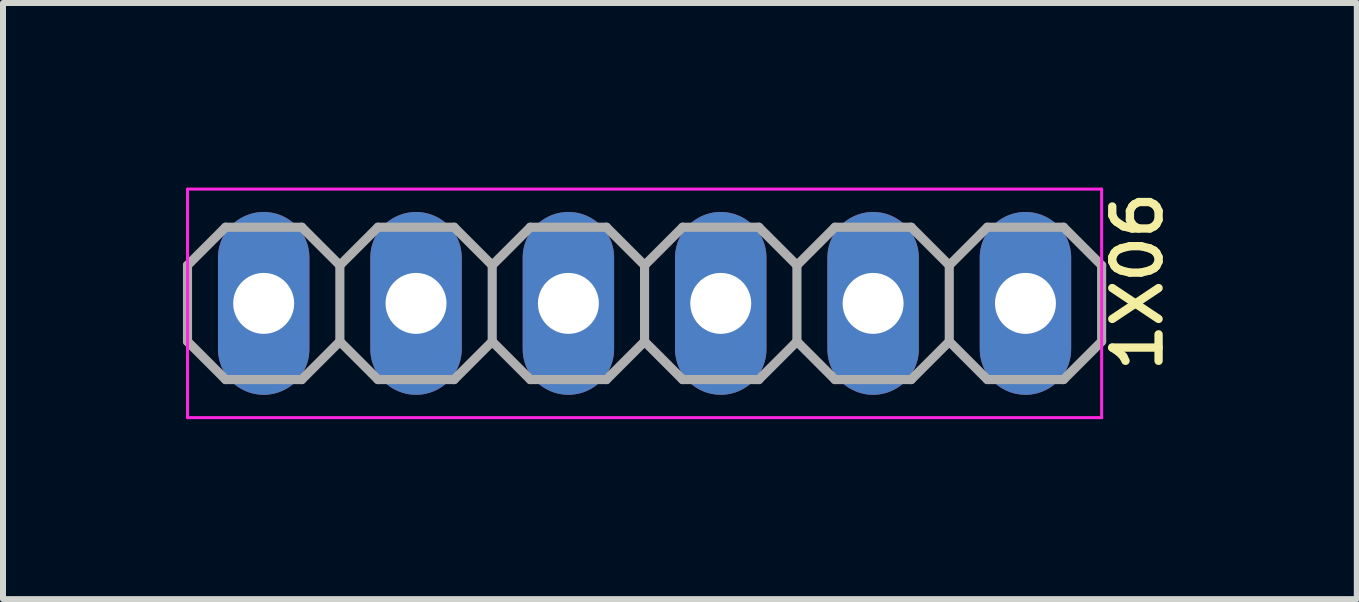
<source format=kicad_pcb>
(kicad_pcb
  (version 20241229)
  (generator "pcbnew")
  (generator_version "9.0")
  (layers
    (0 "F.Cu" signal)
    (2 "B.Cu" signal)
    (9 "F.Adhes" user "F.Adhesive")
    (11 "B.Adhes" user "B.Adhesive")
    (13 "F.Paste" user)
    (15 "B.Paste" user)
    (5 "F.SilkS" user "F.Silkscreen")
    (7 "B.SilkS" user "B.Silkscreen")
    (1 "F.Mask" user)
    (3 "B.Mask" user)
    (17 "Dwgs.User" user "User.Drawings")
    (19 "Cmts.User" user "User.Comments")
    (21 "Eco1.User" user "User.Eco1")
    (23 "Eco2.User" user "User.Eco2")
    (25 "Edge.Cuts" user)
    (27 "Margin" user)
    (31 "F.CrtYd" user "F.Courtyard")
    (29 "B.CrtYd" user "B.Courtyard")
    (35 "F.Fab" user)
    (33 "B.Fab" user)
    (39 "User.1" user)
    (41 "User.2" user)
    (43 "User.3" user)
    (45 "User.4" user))
  (footprint "1X06"
    (layer "F.Cu")
    (at 7.696 2.008)
    (property "Reference" "1X06" (at 8.671 1.196 270) (layer "F.SilkS") (effects (font (size 0.772 0.772) (thickness 0.139)) (justify left bottom)))
    (attr through_hole)
    (fp_line (start -7.62 -1.905) (end 7.62 -1.905) (stroke (width 0.05) (type solid)) (layer "F.CrtYd"))
    (fp_line (start -7.62 1.905) (end -7.62 -1.905) (stroke (width 0.05) (type solid)) (layer "F.CrtYd"))
    (fp_line (start 7.62 -1.905) (end 7.62 1.905) (stroke (width 0.05) (type solid)) (layer "F.CrtYd"))
    (fp_line (start 7.62 1.905) (end -7.62 1.905) (stroke (width 0.05) (type solid)) (layer "F.CrtYd"))
    (fp_line (start -7.62 -0.635) (end -7.62 0.635) (stroke (width 0.152) (type solid)) (layer "F.Fab"))
    (fp_line (start -7.62 0.635) (end -6.985 1.27) (stroke (width 0.152) (type solid)) (layer "F.Fab"))
    (fp_line (start -6.985 -1.27) (end -7.62 -0.635) (stroke (width 0.152) (type solid)) (layer "F.Fab"))
    (fp_line (start -6.985 -1.27) (end -5.715 -1.27) (stroke (width 0.152) (type solid)) (layer "F.Fab"))
    (fp_line (start -5.715 -1.27) (end -5.08 -0.635) (stroke (width 0.152) (type solid)) (layer "F.Fab"))
    (fp_line (start -5.715 1.27) (end -6.985 1.27) (stroke (width 0.152) (type solid)) (layer "F.Fab"))
    (fp_line (start -5.08 -0.635) (end -5.08 0.635) (stroke (width 0.152) (type solid)) (layer "F.Fab"))
    (fp_line (start -5.08 -0.635) (end -4.445 -1.27) (stroke (width 0.152) (type solid)) (layer "F.Fab"))
    (fp_line (start -5.08 0.635) (end -5.715 1.27) (stroke (width 0.152) (type solid)) (layer "F.Fab"))
    (fp_line (start -4.445 -1.27) (end -3.175 -1.27) (stroke (width 0.152) (type solid)) (layer "F.Fab"))
    (fp_line (start -4.445 1.27) (end -5.08 0.635) (stroke (width 0.152) (type solid)) (layer "F.Fab"))
    (fp_line (start -3.175 -1.27) (end -2.54 -0.635) (stroke (width 0.152) (type solid)) (layer "F.Fab"))
    (fp_line (start -3.175 1.27) (end -4.445 1.27) (stroke (width 0.152) (type solid)) (layer "F.Fab"))
    (fp_line (start -2.54 -0.635) (end -2.54 0.635) (stroke (width 0.152) (type solid)) (layer "F.Fab"))
    (fp_line (start -2.54 -0.635) (end -1.905 -1.27) (stroke (width 0.152) (type solid)) (layer "F.Fab"))
    (fp_line (start -2.54 0.635) (end -3.175 1.27) (stroke (width 0.152) (type solid)) (layer "F.Fab"))
    (fp_line (start -1.905 -1.27) (end -0.635 -1.27) (stroke (width 0.152) (type solid)) (layer "F.Fab"))
    (fp_line (start -1.905 1.27) (end -2.54 0.635) (stroke (width 0.152) (type solid)) (layer "F.Fab"))
    (fp_line (start -0.635 -1.27) (end 0 -0.635) (stroke (width 0.152) (type solid)) (layer "F.Fab"))
    (fp_line (start -0.635 1.27) (end -1.905 1.27) (stroke (width 0.152) (type solid)) (layer "F.Fab"))
    (fp_line (start 0 -0.635) (end 0 0.635) (stroke (width 0.152) (type solid)) (layer "F.Fab"))
    (fp_line (start 0 0.635) (end -0.635 1.27) (stroke (width 0.152) (type solid)) (layer "F.Fab"))
    (fp_line (start 0 0.635) (end 0.635 1.27) (stroke (width 0.152) (type solid)) (layer "F.Fab"))
    (fp_line (start 0.635 -1.27) (end 0 -0.635) (stroke (width 0.152) (type solid)) (layer "F.Fab"))
    (fp_line (start 0.635 -1.27) (end 1.905 -1.27) (stroke (width 0.152) (type solid)) (layer "F.Fab"))
    (fp_line (start 1.905 -1.27) (end 2.54 -0.635) (stroke (width 0.152) (type solid)) (layer "F.Fab"))
    (fp_line (start 1.905 1.27) (end 0.635 1.27) (stroke (width 0.152) (type solid)) (layer "F.Fab"))
    (fp_line (start 2.54 -0.635) (end 2.54 0.635) (stroke (width 0.152) (type solid)) (layer "F.Fab"))
    (fp_line (start 2.54 -0.635) (end 3.175 -1.27) (stroke (width 0.152) (type solid)) (layer "F.Fab"))
    (fp_line (start 2.54 0.635) (end 1.905 1.27) (stroke (width 0.152) (type solid)) (layer "F.Fab"))
    (fp_line (start 3.175 -1.27) (end 4.445 -1.27) (stroke (width 0.152) (type solid)) (layer "F.Fab"))
    (fp_line (start 3.175 1.27) (end 2.54 0.635) (stroke (width 0.152) (type solid)) (layer "F.Fab"))
    (fp_line (start 4.445 -1.27) (end 5.08 -0.635) (stroke (width 0.152) (type solid)) (layer "F.Fab"))
    (fp_line (start 4.445 1.27) (end 3.175 1.27) (stroke (width 0.152) (type solid)) (layer "F.Fab"))
    (fp_line (start 5.08 -0.635) (end 5.08 0.635) (stroke (width 0.152) (type solid)) (layer "F.Fab"))
    (fp_line (start 5.08 0.635) (end 4.445 1.27) (stroke (width 0.152) (type solid)) (layer "F.Fab"))
    (fp_line (start 5.08 0.635) (end 5.715 1.27) (stroke (width 0.152) (type solid)) (layer "F.Fab"))
    (fp_line (start 5.715 -1.27) (end 5.08 -0.635) (stroke (width 0.152) (type solid)) (layer "F.Fab"))
    (fp_line (start 5.715 -1.27) (end 6.985 -1.27) (stroke (width 0.152) (type solid)) (layer "F.Fab"))
    (fp_line (start 6.985 -1.27) (end 7.62 -0.635) (stroke (width 0.152) (type solid)) (layer "F.Fab"))
    (fp_line (start 6.985 1.27) (end 5.715 1.27) (stroke (width 0.152) (type solid)) (layer "F.Fab"))
    (fp_line (start 7.62 -0.635) (end 7.62 0.635) (stroke (width 0.152) (type solid)) (layer "F.Fab"))
    (fp_line (start 7.62 0.635) (end 6.985 1.27) (stroke (width 0.152) (type solid)) (layer "F.Fab"))
    (fp_poly (pts (xy -6.604 0.254) (xy -6.096 0.254) (xy -6.096 -0.254) (xy -6.604 -0.254)) (stroke (width 0.1) (type solid)) (fill no) (layer "F.Fab"))
    (fp_poly (pts (xy -4.064 0.254) (xy -3.556 0.254) (xy -3.556 -0.254) (xy -4.064 -0.254)) (stroke (width 0.1) (type solid)) (fill no) (layer "F.Fab"))
    (fp_poly (pts (xy -1.524 0.254) (xy -1.016 0.254) (xy -1.016 -0.254) (xy -1.524 -0.254)) (stroke (width 0.1) (type solid)) (fill no) (layer "F.Fab"))
    (fp_poly (pts (xy 1.016 0.254) (xy 1.524 0.254) (xy 1.524 -0.254) (xy 1.016 -0.254)) (stroke (width 0.1) (type solid)) (fill no) (layer "F.Fab"))
    (fp_poly (pts (xy 3.556 0.254) (xy 4.064 0.254) (xy 4.064 -0.254) (xy 3.556 -0.254)) (stroke (width 0.1) (type solid)) (fill no) (layer "F.Fab"))
    (fp_poly (pts (xy 6.096 0.254) (xy 6.604 0.254) (xy 6.604 -0.254) (xy 6.096 -0.254)) (stroke (width 0.1) (type solid)) (fill no) (layer "F.Fab"))
    (pad "1" thru_hole oval (at -6.35 0 90) (size 3.048 1.524) (drill 1.016) (layers "*.Cu" "*.Mask"))
    (pad "2" thru_hole oval (at -3.81 0 90) (size 3.048 1.524) (drill 1.016) (layers "*.Cu" "*.Mask"))
    (pad "3" thru_hole oval (at -1.27 0 90) (size 3.048 1.524) (drill 1.016) (layers "*.Cu" "*.Mask"))
    (pad "4" thru_hole oval (at 1.27 0 90) (size 3.048 1.524) (drill 1.016) (layers "*.Cu" "*.Mask"))
    (pad "5" thru_hole oval (at 3.81 0 90) (size 3.048 1.524) (drill 1.016) (layers "*.Cu" "*.Mask"))
    (pad "6" thru_hole oval (at 6.35 0 90) (size 3.048 1.524) (drill 1.016) (layers "*.Cu" "*.Mask")))
  (gr_rect
    (start -3 -3)
    (end 19.57 6.938)
    (stroke (width 0.1) (type default))
    (fill no)
    (layer "Edge.Cuts")))
</source>
